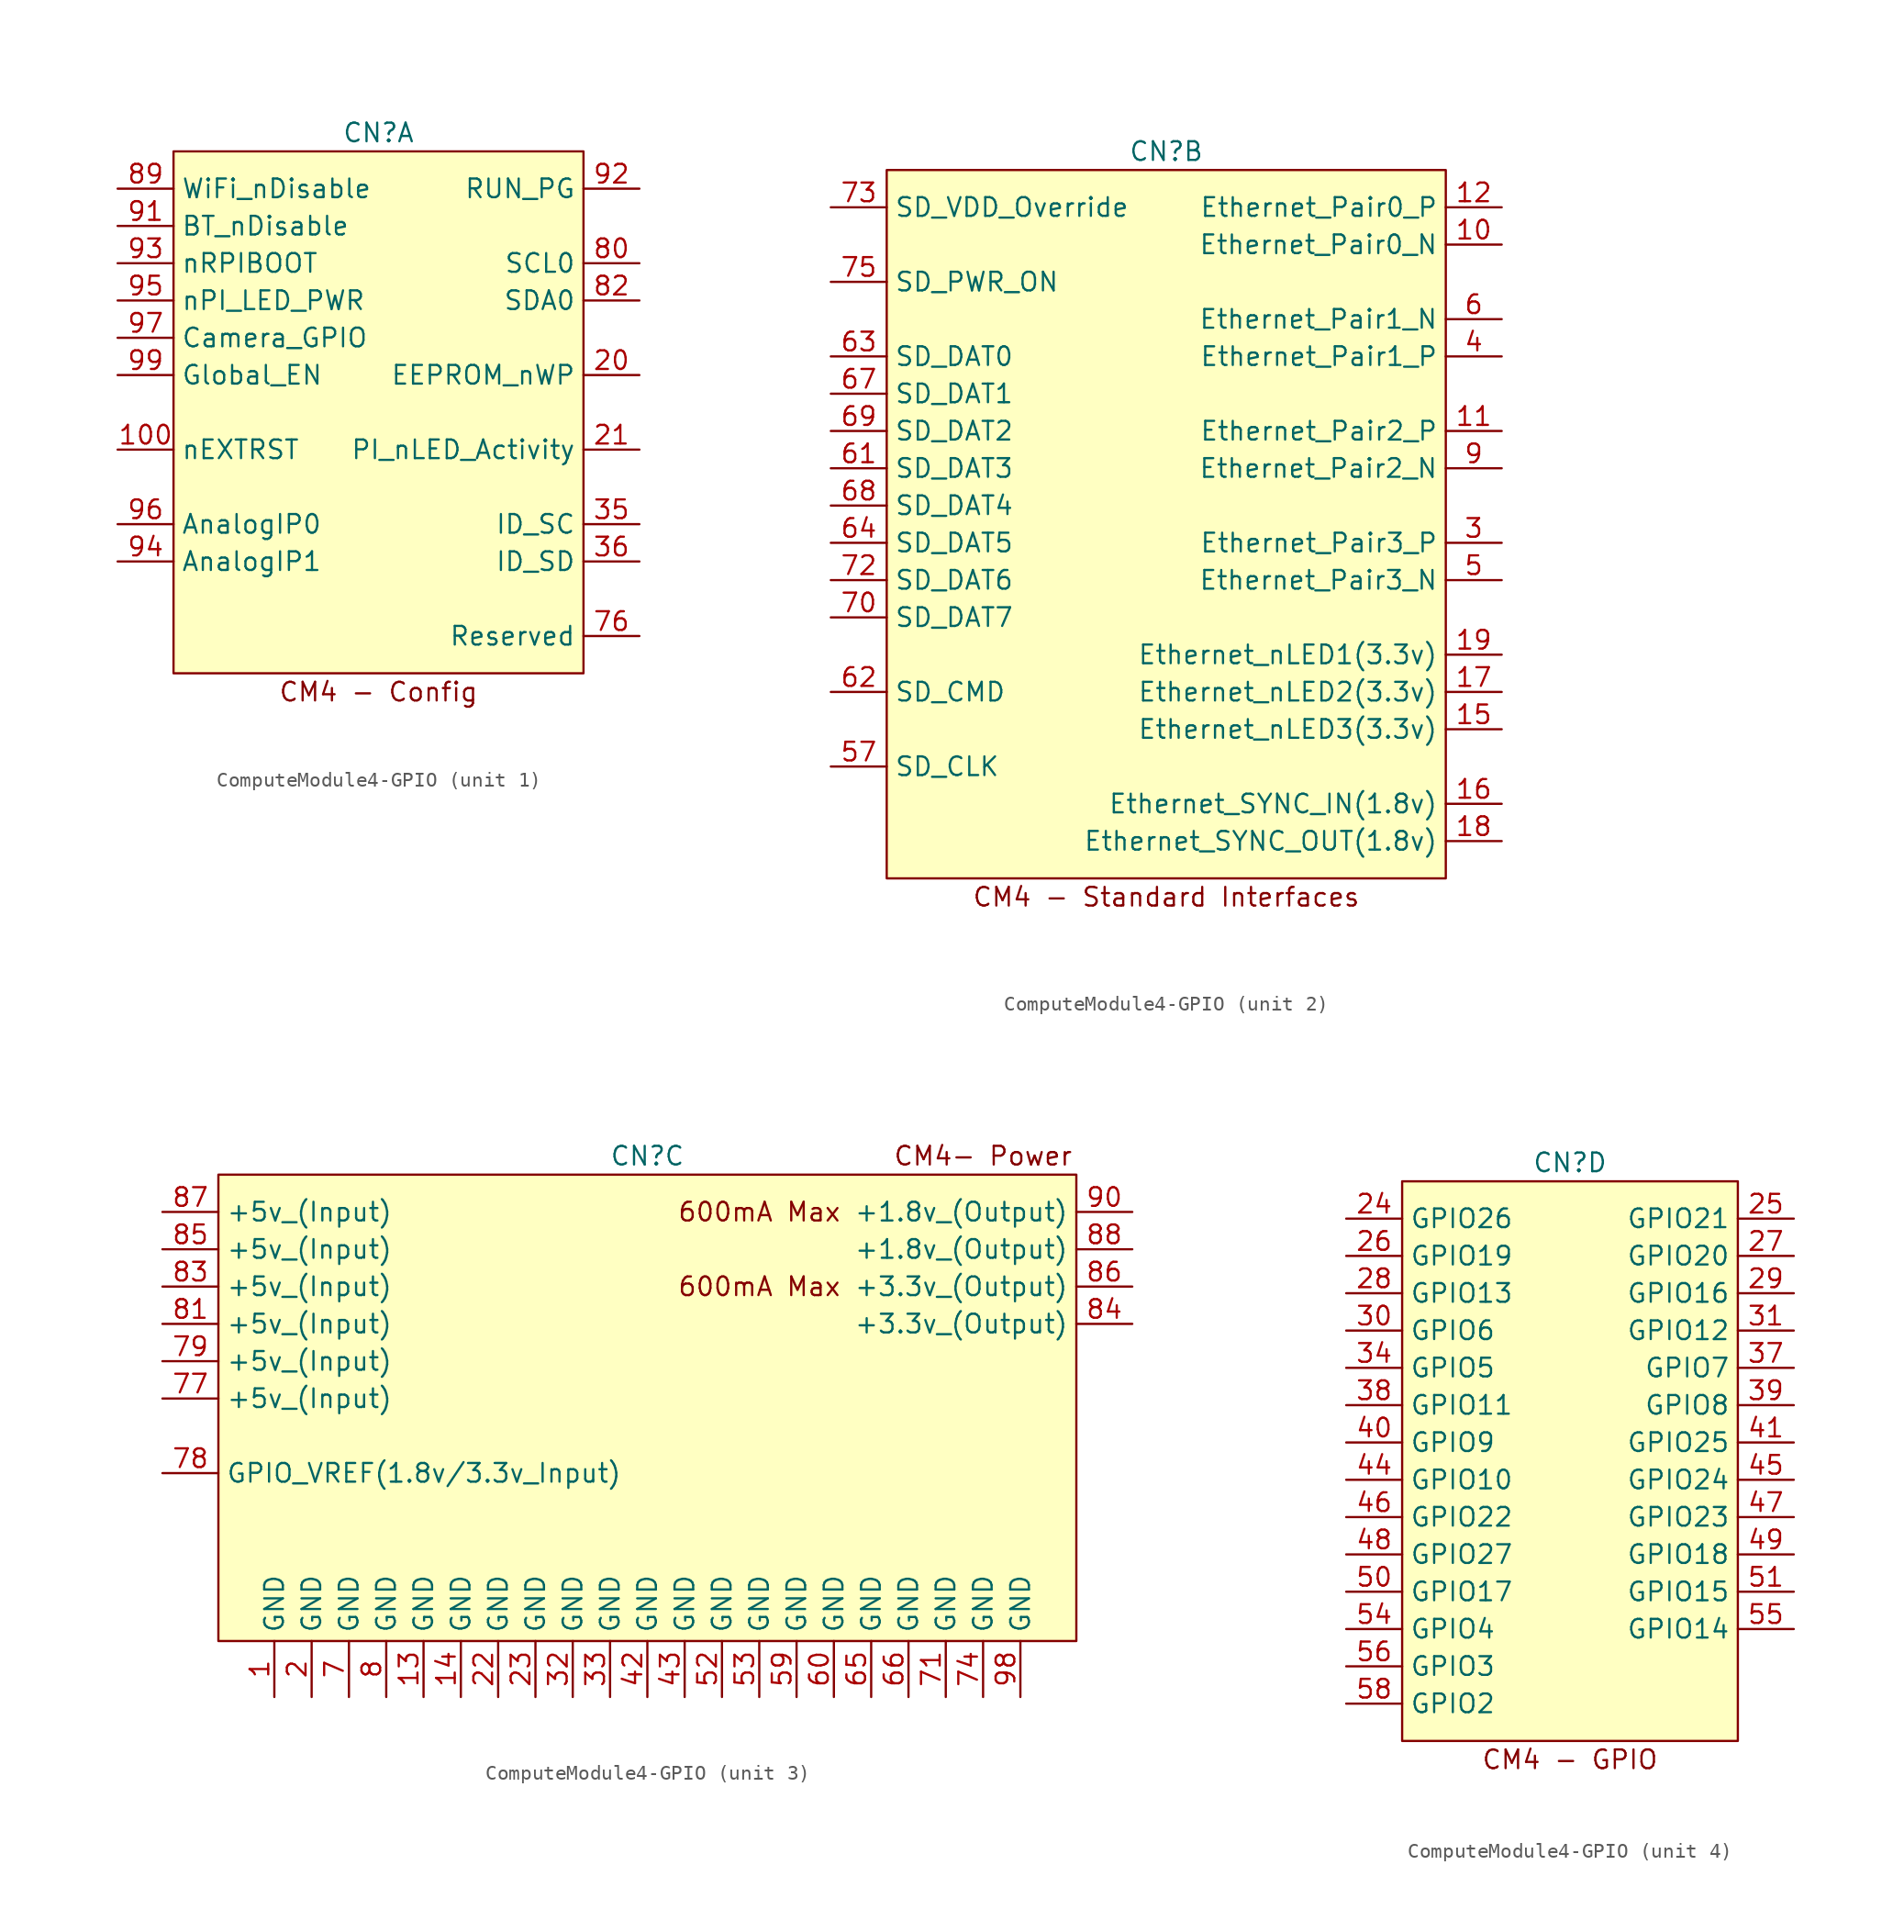
<source format=kicad_sym>
(kicad_symbol_lib
  (version 20220914)
  (generator kicad_symbol_editor)
  (symbol "ComputeModule4-GPIO"
    (property "Reference" "CN"
      (at 0 3.81 0)
      (effects (font (size 1.27 1.27))))
    (property "ki_locked" ""
      (at 0 0 0)
      (effects (font (size 1.27 1.27))))
    (symbol "ComputeModule4-GPIO_1_1"
      (rectangle (start -13.97 2.54) (end 13.97 -33.02) (stroke (width 0) (type default)) (fill (type background)))
      (text "CM4 - Config" (at 0 -34.29 0) (effects (font (size 1.27 1.27))))
      (pin output line (at -17.78 -17.78 0) (length 3.81) (name "nEXTRST" (effects (font (size 1.27 1.27)))) (number "100" (effects (font (size 1.27 1.27)))))
      (pin passive line (at 17.78 -12.7 180) (length 3.81) (name "EEPROM_nWP" (effects (font (size 1.27 1.27)))) (number "20" (effects (font (size 1.27 1.27)))))
      (pin open_collector line (at 17.78 -17.78 180) (length 3.81) (name "PI_nLED_Activity" (effects (font (size 1.27 1.27)))) (number "21" (effects (font (size 1.27 1.27)))))
      (pin passive line (at 17.78 -22.86 180) (length 3.81) (name "ID_SC" (effects (font (size 1.27 1.27)))) (number "35" (effects (font (size 1.27 1.27)))))
      (pin passive line (at 17.78 -25.4 180) (length 3.81) (name "ID_SD" (effects (font (size 1.27 1.27)))) (number "36" (effects (font (size 1.27 1.27)))))
      (pin passive line (at 17.78 -30.48 180) (length 3.81) (name "Reserved" (effects (font (size 1.27 1.27)))) (number "76" (effects (font (size 1.27 1.27)))))
      (pin passive line (at 17.78 -5.08 180) (length 3.81) (name "SCL0" (effects (font (size 1.27 1.27)))) (number "80" (effects (font (size 1.27 1.27)))))
      (pin passive line (at 17.78 -7.62 180) (length 3.81) (name "SDA0" (effects (font (size 1.27 1.27)))) (number "82" (effects (font (size 1.27 1.27)))))
      (pin power_in line (at -17.78 0 0) (length 3.81) (name "WiFi_nDisable" (effects (font (size 1.27 1.27)))) (number "89" (effects (font (size 1.27 1.27)))))
      (pin power_in line (at -17.78 -2.54 0) (length 3.81) (name "BT_nDisable" (effects (font (size 1.27 1.27)))) (number "91" (effects (font (size 1.27 1.27)))))
      (pin passive line (at 17.78 0 180) (length 3.81) (name "RUN_PG" (effects (font (size 1.27 1.27)))) (number "92" (effects (font (size 1.27 1.27)))))
      (pin input line (at -17.78 -5.08 0) (length 3.81) (name "nRPIBOOT" (effects (font (size 1.27 1.27)))) (number "93" (effects (font (size 1.27 1.27)))))
      (pin passive line (at -17.78 -25.4 0) (length 3.81) (name "AnalogIP1" (effects (font (size 1.27 1.27)))) (number "94" (effects (font (size 1.27 1.27)))))
      (pin output line (at -17.78 -7.62 0) (length 3.81) (name "nPI_LED_PWR" (effects (font (size 1.27 1.27)))) (number "95" (effects (font (size 1.27 1.27)))))
      (pin passive line (at -17.78 -22.86 0) (length 3.81) (name "AnalogIP0" (effects (font (size 1.27 1.27)))) (number "96" (effects (font (size 1.27 1.27)))))
      (pin passive line (at -17.78 -10.16 0) (length 3.81) (name "Camera_GPIO" (effects (font (size 1.27 1.27)))) (number "97" (effects (font (size 1.27 1.27)))))
      (pin input line (at -17.78 -12.7 0) (length 3.81) (name "Global_EN" (effects (font (size 1.27 1.27)))) (number "99" (effects (font (size 1.27 1.27))))))
    (symbol "ComputeModule4-GPIO_2_1"
      (rectangle (start -19.05 2.54) (end 19.05 -45.72) (stroke (width 0) (type default)) (fill (type background)))
      (text "CM4 - Standard Interfaces" (at 0 -46.99 0) (effects (font (size 1.27 1.27))))
      (pin passive line (at 22.86 -2.54 180) (length 3.81) (name "Ethernet_Pair0_N" (effects (font (size 1.27 1.27)))) (number "10" (effects (font (size 1.27 1.27)))))
      (pin passive line (at 22.86 -15.24 180) (length 3.81) (name "Ethernet_Pair2_P" (effects (font (size 1.27 1.27)))) (number "11" (effects (font (size 1.27 1.27)))))
      (pin passive line (at 22.86 0 180) (length 3.81) (name "Ethernet_Pair0_P" (effects (font (size 1.27 1.27)))) (number "12" (effects (font (size 1.27 1.27)))))
      (pin output line (at 22.86 -35.56 180) (length 3.81) (name "Ethernet_nLED3(3.3v)" (effects (font (size 1.27 1.27)))) (number "15" (effects (font (size 1.27 1.27)))))
      (pin input line (at 22.86 -40.64 180) (length 3.81) (name "Ethernet_SYNC_IN(1.8v)" (effects (font (size 1.27 1.27)))) (number "16" (effects (font (size 1.27 1.27)))))
      (pin output line (at 22.86 -33.02 180) (length 3.81) (name "Ethernet_nLED2(3.3v)" (effects (font (size 1.27 1.27)))) (number "17" (effects (font (size 1.27 1.27)))))
      (pin input line (at 22.86 -43.18 180) (length 3.81) (name "Ethernet_SYNC_OUT(1.8v)" (effects (font (size 1.27 1.27)))) (number "18" (effects (font (size 1.27 1.27)))))
      (pin output line (at 22.86 -30.48 180) (length 3.81) (name "Ethernet_nLED1(3.3v)" (effects (font (size 1.27 1.27)))) (number "19" (effects (font (size 1.27 1.27)))))
      (pin passive line (at 22.86 -22.86 180) (length 3.81) (name "Ethernet_Pair3_P" (effects (font (size 1.27 1.27)))) (number "3" (effects (font (size 1.27 1.27)))))
      (pin passive line (at 22.86 -10.16 180) (length 3.81) (name "Ethernet_Pair1_P" (effects (font (size 1.27 1.27)))) (number "4" (effects (font (size 1.27 1.27)))))
      (pin passive line (at 22.86 -25.4 180) (length 3.81) (name "Ethernet_Pair3_N" (effects (font (size 1.27 1.27)))) (number "5" (effects (font (size 1.27 1.27)))))
      (pin passive line (at -22.86 -38.1 0) (length 3.81) (name "SD_CLK" (effects (font (size 1.27 1.27)))) (number "57" (effects (font (size 1.27 1.27)))))
      (pin passive line (at 22.86 -7.62 180) (length 3.81) (name "Ethernet_Pair1_N" (effects (font (size 1.27 1.27)))) (number "6" (effects (font (size 1.27 1.27)))))
      (pin passive line (at -22.86 -17.78 0) (length 3.81) (name "SD_DAT3" (effects (font (size 1.27 1.27)))) (number "61" (effects (font (size 1.27 1.27)))))
      (pin passive line (at -22.86 -33.02 0) (length 3.81) (name "SD_CMD" (effects (font (size 1.27 1.27)))) (number "62" (effects (font (size 1.27 1.27)))))
      (pin passive line (at -22.86 -10.16 0) (length 3.81) (name "SD_DAT0" (effects (font (size 1.27 1.27)))) (number "63" (effects (font (size 1.27 1.27)))))
      (pin passive line (at -22.86 -22.86 0) (length 3.81) (name "SD_DAT5" (effects (font (size 1.27 1.27)))) (number "64" (effects (font (size 1.27 1.27)))))
      (pin passive line (at -22.86 -12.7 0) (length 3.81) (name "SD_DAT1" (effects (font (size 1.27 1.27)))) (number "67" (effects (font (size 1.27 1.27)))))
      (pin passive line (at -22.86 -20.32 0) (length 3.81) (name "SD_DAT4" (effects (font (size 1.27 1.27)))) (number "68" (effects (font (size 1.27 1.27)))))
      (pin passive line (at -22.86 -15.24 0) (length 3.81) (name "SD_DAT2" (effects (font (size 1.27 1.27)))) (number "69" (effects (font (size 1.27 1.27)))))
      (pin passive line (at -22.86 -27.94 0) (length 3.81) (name "SD_DAT7" (effects (font (size 1.27 1.27)))) (number "70" (effects (font (size 1.27 1.27)))))
      (pin passive line (at -22.86 -25.4 0) (length 3.81) (name "SD_DAT6" (effects (font (size 1.27 1.27)))) (number "72" (effects (font (size 1.27 1.27)))))
      (pin input line (at -22.86 0 0) (length 3.81) (name "SD_VDD_Override" (effects (font (size 1.27 1.27)))) (number "73" (effects (font (size 1.27 1.27)))))
      (pin output line (at -22.86 -5.08 0) (length 3.81) (name "SD_PWR_ON" (effects (font (size 1.27 1.27)))) (number "75" (effects (font (size 1.27 1.27)))))
      (pin passive line (at 22.86 -17.78 180) (length 3.81) (name "Ethernet_Pair2_N" (effects (font (size 1.27 1.27)))) (number "9" (effects (font (size 1.27 1.27))))))
    (symbol "ComputeModule4-GPIO_3_1"
      (rectangle (start -29.21 2.54) (end 29.21 -29.21) (stroke (width 0) (type default)) (fill (type background)))
      (text "600mA Max" (at 7.62 -5.08 0) (effects (font (size 1.27 1.27))))
      (text "600mA Max" (at 7.62 0 0) (effects (font (size 1.27 1.27))))
      (text "CM4- Power" (at 22.86 3.81 0) (effects (font (size 1.27 1.27))))
      (pin power_in line (at -25.4 -33.02 90) (length 3.81) (name "GND" (effects (font (size 1.27 1.27)))) (number "1" (effects (font (size 1.27 1.27)))))
      (pin power_in line (at -15.24 -33.02 90) (length 3.81) (name "GND" (effects (font (size 1.27 1.27)))) (number "13" (effects (font (size 1.27 1.27)))))
      (pin power_in line (at -12.7 -33.02 90) (length 3.81) (name "GND" (effects (font (size 1.27 1.27)))) (number "14" (effects (font (size 1.27 1.27)))))
      (pin power_in line (at -22.86 -33.02 90) (length 3.81) (name "GND" (effects (font (size 1.27 1.27)))) (number "2" (effects (font (size 1.27 1.27)))))
      (pin power_in line (at -10.16 -33.02 90) (length 3.81) (name "GND" (effects (font (size 1.27 1.27)))) (number "22" (effects (font (size 1.27 1.27)))))
      (pin power_in line (at -7.62 -33.02 90) (length 3.81) (name "GND" (effects (font (size 1.27 1.27)))) (number "23" (effects (font (size 1.27 1.27)))))
      (pin power_in line (at -5.08 -33.02 90) (length 3.81) (name "GND" (effects (font (size 1.27 1.27)))) (number "32" (effects (font (size 1.27 1.27)))))
      (pin power_in line (at -2.54 -33.02 90) (length 3.81) (name "GND" (effects (font (size 1.27 1.27)))) (number "33" (effects (font (size 1.27 1.27)))))
      (pin power_in line (at 0 -33.02 90) (length 3.81) (name "GND" (effects (font (size 1.27 1.27)))) (number "42" (effects (font (size 1.27 1.27)))))
      (pin power_in line (at 2.54 -33.02 90) (length 3.81) (name "GND" (effects (font (size 1.27 1.27)))) (number "43" (effects (font (size 1.27 1.27)))))
      (pin power_in line (at 5.08 -33.02 90) (length 3.81) (name "GND" (effects (font (size 1.27 1.27)))) (number "52" (effects (font (size 1.27 1.27)))))
      (pin power_in line (at 7.62 -33.02 90) (length 3.81) (name "GND" (effects (font (size 1.27 1.27)))) (number "53" (effects (font (size 1.27 1.27)))))
      (pin power_in line (at 10.16 -33.02 90) (length 3.81) (name "GND" (effects (font (size 1.27 1.27)))) (number "59" (effects (font (size 1.27 1.27)))))
      (pin power_in line (at 12.7 -33.02 90) (length 3.81) (name "GND" (effects (font (size 1.27 1.27)))) (number "60" (effects (font (size 1.27 1.27)))))
      (pin power_in line (at 15.24 -33.02 90) (length 3.81) (name "GND" (effects (font (size 1.27 1.27)))) (number "65" (effects (font (size 1.27 1.27)))))
      (pin power_in line (at 17.78 -33.02 90) (length 3.81) (name "GND" (effects (font (size 1.27 1.27)))) (number "66" (effects (font (size 1.27 1.27)))))
      (pin power_in line (at -20.32 -33.02 90) (length 3.81) (name "GND" (effects (font (size 1.27 1.27)))) (number "7" (effects (font (size 1.27 1.27)))))
      (pin power_in line (at 20.32 -33.02 90) (length 3.81) (name "GND" (effects (font (size 1.27 1.27)))) (number "71" (effects (font (size 1.27 1.27)))))
      (pin power_in line (at 22.86 -33.02 90) (length 3.81) (name "GND" (effects (font (size 1.27 1.27)))) (number "74" (effects (font (size 1.27 1.27)))))
      (pin power_in line (at -33.02 -12.7 0) (length 3.81) (name "+5v_(Input)" (effects (font (size 1.27 1.27)))) (number "77" (effects (font (size 1.27 1.27)))))
      (pin power_in line (at -33.02 -17.78 0) (length 3.81) (name "GPIO_VREF(1.8v/3.3v_Input)" (effects (font (size 1.27 1.27)))) (number "78" (effects (font (size 1.27 1.27)))))
      (pin power_in line (at -33.02 -10.16 0) (length 3.81) (name "+5v_(Input)" (effects (font (size 1.27 1.27)))) (number "79" (effects (font (size 1.27 1.27)))))
      (pin power_in line (at -17.78 -33.02 90) (length 3.81) (name "GND" (effects (font (size 1.27 1.27)))) (number "8" (effects (font (size 1.27 1.27)))))
      (pin power_in line (at -33.02 -7.62 0) (length 3.81) (name "+5v_(Input)" (effects (font (size 1.27 1.27)))) (number "81" (effects (font (size 1.27 1.27)))))
      (pin power_in line (at -33.02 -5.08 0) (length 3.81) (name "+5v_(Input)" (effects (font (size 1.27 1.27)))) (number "83" (effects (font (size 1.27 1.27)))))
      (pin power_out line (at 33.02 -7.62 180) (length 3.81) (name "+3.3v_(Output)" (effects (font (size 1.27 1.27)))) (number "84" (effects (font (size 1.27 1.27)))))
      (pin power_in line (at -33.02 -2.54 0) (length 3.81) (name "+5v_(Input)" (effects (font (size 1.27 1.27)))) (number "85" (effects (font (size 1.27 1.27)))))
      (pin power_out line (at 33.02 -5.08 180) (length 3.81) (name "+3.3v_(Output)" (effects (font (size 1.27 1.27)))) (number "86" (effects (font (size 1.27 1.27)))))
      (pin power_in line (at -33.02 0 0) (length 3.81) (name "+5v_(Input)" (effects (font (size 1.27 1.27)))) (number "87" (effects (font (size 1.27 1.27)))))
      (pin power_out line (at 33.02 -2.54 180) (length 3.81) (name "+1.8v_(Output)" (effects (font (size 1.27 1.27)))) (number "88" (effects (font (size 1.27 1.27)))))
      (pin power_out line (at 33.02 0 180) (length 3.81) (name "+1.8v_(Output)" (effects (font (size 1.27 1.27)))) (number "90" (effects (font (size 1.27 1.27)))))
      (pin power_in line (at 25.4 -33.02 90) (length 3.81) (name "GND" (effects (font (size 1.27 1.27)))) (number "98" (effects (font (size 1.27 1.27))))))
    (symbol "ComputeModule4-GPIO_4_1"
      (rectangle (start -11.43 2.54) (end 11.43 -35.56) (stroke (width 0) (type default)) (fill (type background)))
      (text "CM4 - GPIO" (at 0 -36.83 0) (effects (font (size 1.27 1.27))))
      (pin passive line (at -15.24 0 0) (length 3.81) (name "GPIO26" (effects (font (size 1.27 1.27)))) (number "24" (effects (font (size 1.27 1.27)))))
      (pin passive line (at 15.24 0 180) (length 3.81) (name "GPIO21" (effects (font (size 1.27 1.27)))) (number "25" (effects (font (size 1.27 1.27)))))
      (pin passive line (at -15.24 -2.54 0) (length 3.81) (name "GPIO19" (effects (font (size 1.27 1.27)))) (number "26" (effects (font (size 1.27 1.27)))))
      (pin passive line (at 15.24 -2.54 180) (length 3.81) (name "GPIO20" (effects (font (size 1.27 1.27)))) (number "27" (effects (font (size 1.27 1.27)))))
      (pin passive line (at -15.24 -5.08 0) (length 3.81) (name "GPIO13" (effects (font (size 1.27 1.27)))) (number "28" (effects (font (size 1.27 1.27)))))
      (pin passive line (at 15.24 -5.08 180) (length 3.81) (name "GPIO16" (effects (font (size 1.27 1.27)))) (number "29" (effects (font (size 1.27 1.27)))))
      (pin passive line (at -15.24 -7.62 0) (length 3.81) (name "GPIO6" (effects (font (size 1.27 1.27)))) (number "30" (effects (font (size 1.27 1.27)))))
      (pin passive line (at 15.24 -7.62 180) (length 3.81) (name "GPIO12" (effects (font (size 1.27 1.27)))) (number "31" (effects (font (size 1.27 1.27)))))
      (pin passive line (at -15.24 -10.16 0) (length 3.81) (name "GPIO5" (effects (font (size 1.27 1.27)))) (number "34" (effects (font (size 1.27 1.27)))))
      (pin passive line (at 15.24 -10.16 180) (length 3.81) (name "GPIO7" (effects (font (size 1.27 1.27)))) (number "37" (effects (font (size 1.27 1.27)))))
      (pin passive line (at -15.24 -12.7 0) (length 3.81) (name "GPIO11" (effects (font (size 1.27 1.27)))) (number "38" (effects (font (size 1.27 1.27)))))
      (pin passive line (at 15.24 -12.7 180) (length 3.81) (name "GPIO8" (effects (font (size 1.27 1.27)))) (number "39" (effects (font (size 1.27 1.27)))))
      (pin passive line (at -15.24 -15.24 0) (length 3.81) (name "GPIO9" (effects (font (size 1.27 1.27)))) (number "40" (effects (font (size 1.27 1.27)))))
      (pin passive line (at 15.24 -15.24 180) (length 3.81) (name "GPIO25" (effects (font (size 1.27 1.27)))) (number "41" (effects (font (size 1.27 1.27)))))
      (pin passive line (at -15.24 -17.78 0) (length 3.81) (name "GPIO10" (effects (font (size 1.27 1.27)))) (number "44" (effects (font (size 1.27 1.27)))))
      (pin passive line (at 15.24 -17.78 180) (length 3.81) (name "GPIO24" (effects (font (size 1.27 1.27)))) (number "45" (effects (font (size 1.27 1.27)))))
      (pin passive line (at -15.24 -20.32 0) (length 3.81) (name "GPIO22" (effects (font (size 1.27 1.27)))) (number "46" (effects (font (size 1.27 1.27)))))
      (pin passive line (at 15.24 -20.32 180) (length 3.81) (name "GPIO23" (effects (font (size 1.27 1.27)))) (number "47" (effects (font (size 1.27 1.27)))))
      (pin passive line (at -15.24 -22.86 0) (length 3.81) (name "GPIO27" (effects (font (size 1.27 1.27)))) (number "48" (effects (font (size 1.27 1.27)))))
      (pin passive line (at 15.24 -22.86 180) (length 3.81) (name "GPIO18" (effects (font (size 1.27 1.27)))) (number "49" (effects (font (size 1.27 1.27)))))
      (pin passive line (at -15.24 -25.4 0) (length 3.81) (name "GPIO17" (effects (font (size 1.27 1.27)))) (number "50" (effects (font (size 1.27 1.27)))))
      (pin passive line (at 15.24 -25.4 180) (length 3.81) (name "GPIO15" (effects (font (size 1.27 1.27)))) (number "51" (effects (font (size 1.27 1.27)))))
      (pin passive line (at -15.24 -27.94 0) (length 3.81) (name "GPIO4" (effects (font (size 1.27 1.27)))) (number "54" (effects (font (size 1.27 1.27)))))
      (pin passive line (at 15.24 -27.94 180) (length 3.81) (name "GPIO14" (effects (font (size 1.27 1.27)))) (number "55" (effects (font (size 1.27 1.27)))))
      (pin passive line (at -15.24 -30.48 0) (length 3.81) (name "GPIO3" (effects (font (size 1.27 1.27)))) (number "56" (effects (font (size 1.27 1.27)))))
      (pin passive line (at -15.24 -33.02 0) (length 3.81) (name "GPIO2" (effects (font (size 1.27 1.27)))) (number "58" (effects (font (size 1.27 1.27))))))))
</source>
